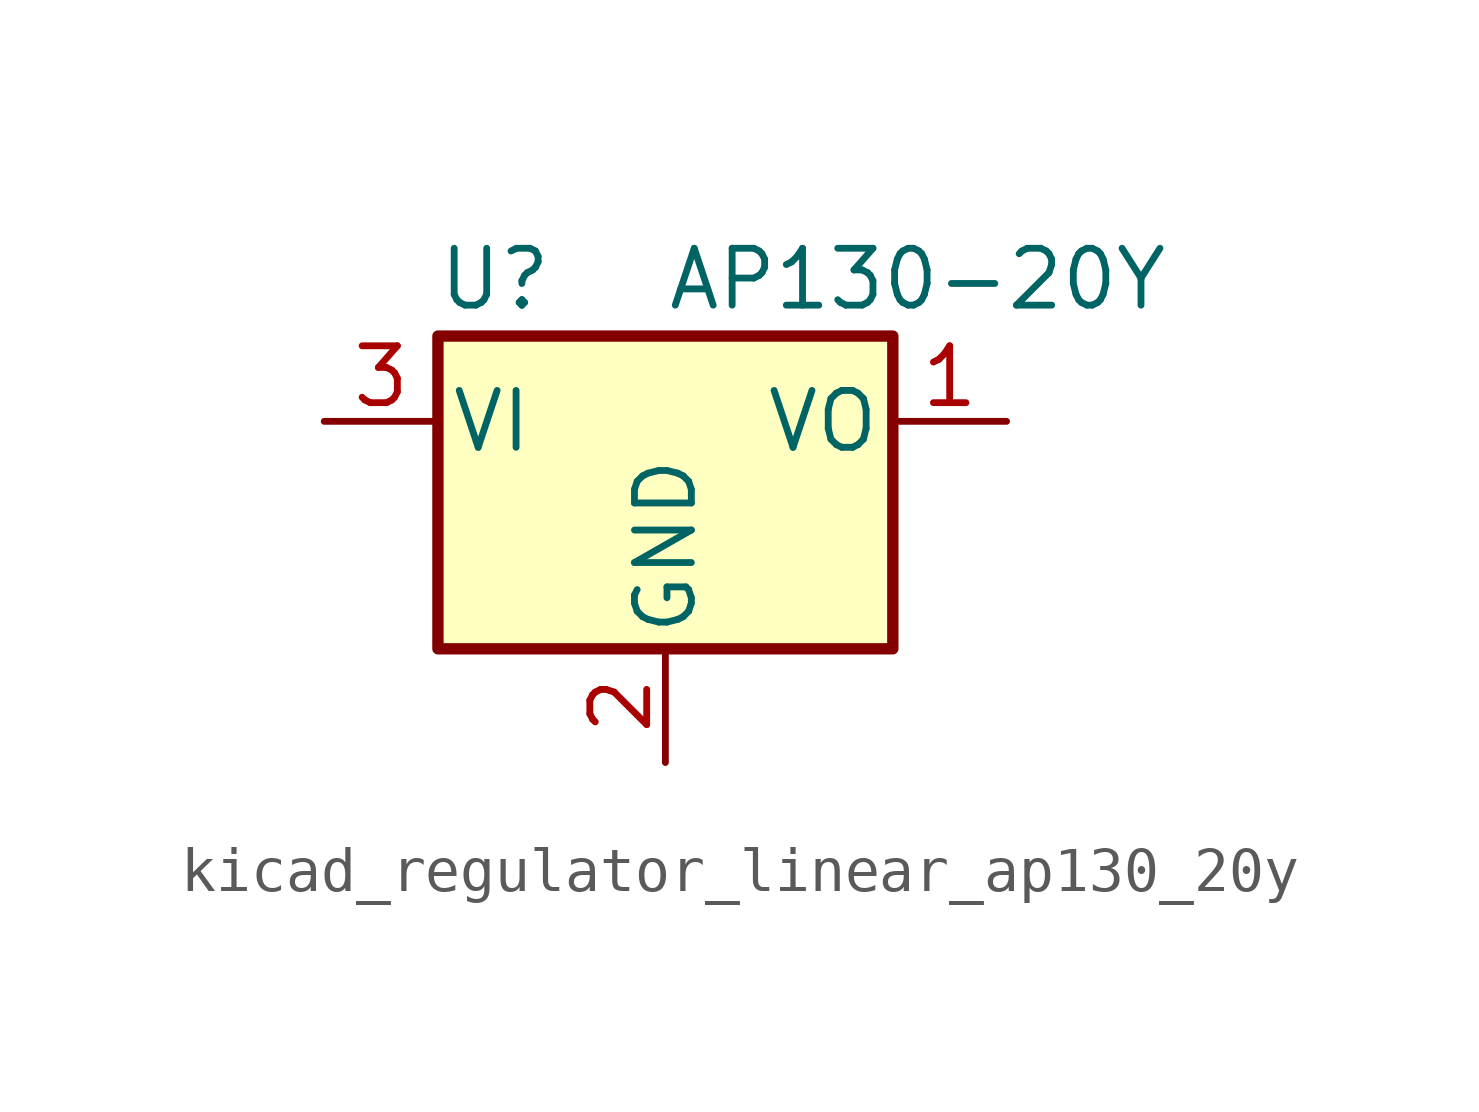
<source format=kicad_sym>
(kicad_symbol_lib
  (version 20220914)
  (generator kicad_symbol_editor)
  (symbol "kicad_regulator_linear_ap130_20y"
    (pin_names
      (offset 0.254))
    (property "Reference" "U"
      (at -3.81 3.175 0)
      (effects (font (size 1.27 1.27))))
    (property "Value" "AP130-20Y"
      (at 0 3.175 0)
      (effects (font (size 1.27 1.27)) (justify left)))
    (symbol "kicad_regulator_linear_ap130_20y_0_1"
      (rectangle (start -5.08 1.905) (end 5.08 -5.08) (stroke (width 0.254) (type default)) (fill (type background))))
    (symbol "kicad_regulator_linear_ap130_20y_1_1"
      (pin power_out line (at 7.62 0 180) (length 2.54) (name "VO" (effects (font (size 1.27 1.27)))) (number "1" (effects (font (size 1.27 1.27)))))
      (pin power_in line (at 0 -7.62 90) (length 2.54) (name "GND" (effects (font (size 1.27 1.27)))) (number "2" (effects (font (size 1.27 1.27)))))
      (pin power_in line (at -7.62 0 0) (length 2.54) (name "VI" (effects (font (size 1.27 1.27)))) (number "3" (effects (font (size 1.27 1.27))))))))
</source>
